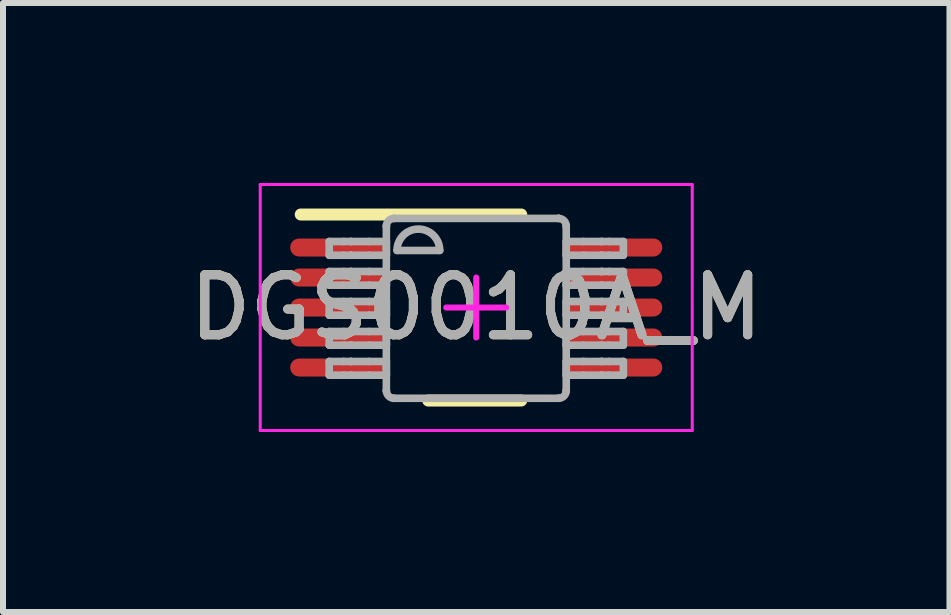
<source format=kicad_pcb>
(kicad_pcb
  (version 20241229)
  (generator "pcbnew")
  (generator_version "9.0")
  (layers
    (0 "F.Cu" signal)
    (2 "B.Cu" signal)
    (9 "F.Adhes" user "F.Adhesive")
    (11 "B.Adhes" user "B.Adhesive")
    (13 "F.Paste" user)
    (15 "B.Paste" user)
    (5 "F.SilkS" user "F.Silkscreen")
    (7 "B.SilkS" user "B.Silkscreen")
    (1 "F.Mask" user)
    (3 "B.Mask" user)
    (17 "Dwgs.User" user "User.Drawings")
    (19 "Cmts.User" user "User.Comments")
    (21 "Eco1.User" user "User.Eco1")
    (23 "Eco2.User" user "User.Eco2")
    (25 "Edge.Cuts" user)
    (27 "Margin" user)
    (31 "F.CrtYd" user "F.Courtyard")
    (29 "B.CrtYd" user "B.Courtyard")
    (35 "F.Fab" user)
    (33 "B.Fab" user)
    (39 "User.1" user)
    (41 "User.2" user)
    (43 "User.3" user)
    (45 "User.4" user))
  (footprint "DGS0010A_M"
    (layer "F.Cu")
    (at 4.887 2.075)
    (property "Reference" "DGS0010A_M" (at 0 0 0) (unlocked yes) (layer "F.SilkS") (effects (font (size 1 1) (thickness 0.15))))
    (attr smd)
    (fp_line (start -2.925 -1.55) (end 0.75 -1.55) (stroke (width 0.2) (type solid)) (layer "F.SilkS"))
    (fp_line (start -0.8 1.55) (end 0.75 1.55) (stroke (width 0.2) (type solid)) (layer "F.SilkS"))
    (fp_line (start -3.6 -2.05) (end 3.6 -2.05) (stroke (width 0.05) (type solid)) (layer "F.CrtYd"))
    (fp_line (start -3.6 2.05) (end -3.6 -2.05) (stroke (width 0.05) (type solid)) (layer "F.CrtYd"))
    (fp_line (start -3.6 2.05) (end 3.6 2.05) (stroke (width 0.05) (type solid)) (layer "F.CrtYd"))
    (fp_line (start -0.5 0.000003) (end 0.5 0.000003) (stroke (width 0.1) (type solid)) (layer "F.CrtYd"))
    (fp_line (start 0 0.5) (end 0 -0.5) (stroke (width 0.1) (type solid)) (layer "F.CrtYd"))
    (fp_line (start 3.6 2.05) (end 3.6 -2.05) (stroke (width 0.05) (type solid)) (layer "F.CrtYd"))
    (fp_line (start -2.45 -1.1) (end -2.21 -1.1) (stroke (width 0.127) (type solid)) (layer "F.Fab"))
    (fp_line (start -2.45 -0.871) (end -2.45 -1.1) (stroke (width 0.127) (type solid)) (layer "F.Fab"))
    (fp_line (start -2.45 -0.871) (end -2.21 -0.871) (stroke (width 0.127) (type solid)) (layer "F.Fab"))
    (fp_line (start -2.45 -0.6) (end -2.21 -0.6) (stroke (width 0.127) (type solid)) (layer "F.Fab"))
    (fp_line (start -2.45 -0.372) (end -2.45 -0.6) (stroke (width 0.127) (type solid)) (layer "F.Fab"))
    (fp_line (start -2.45 -0.372) (end -2.21 -0.372) (stroke (width 0.127) (type solid)) (layer "F.Fab"))
    (fp_line (start -2.45 -0.1) (end -2.21 -0.1) (stroke (width 0.127) (type solid)) (layer "F.Fab"))
    (fp_line (start -2.45 0.128) (end -2.45 -0.1) (stroke (width 0.127) (type solid)) (layer "F.Fab"))
    (fp_line (start -2.45 0.128) (end -2.21 0.128) (stroke (width 0.127) (type solid)) (layer "F.Fab"))
    (fp_line (start -2.45 0.4) (end -2.21 0.4) (stroke (width 0.127) (type solid)) (layer "F.Fab"))
    (fp_line (start -2.45 0.628) (end -2.45 0.4) (stroke (width 0.127) (type solid)) (layer "F.Fab"))
    (fp_line (start -2.45 0.628) (end -2.21 0.628) (stroke (width 0.127) (type solid)) (layer "F.Fab"))
    (fp_line (start -2.45 0.899) (end -2.21 0.899) (stroke (width 0.127) (type solid)) (layer "F.Fab"))
    (fp_line (start -2.45 1.128) (end -2.45 0.899) (stroke (width 0.127) (type solid)) (layer "F.Fab"))
    (fp_line (start -2.45 1.128) (end -2.21 1.128) (stroke (width 0.127) (type solid)) (layer "F.Fab"))
    (fp_line (start -2.21 -1.1) (end -2.09 -1.1) (stroke (width 0.127) (type solid)) (layer "F.Fab"))
    (fp_line (start -2.21 -0.871) (end -2.09 -0.871) (stroke (width 0.127) (type solid)) (layer "F.Fab"))
    (fp_line (start -2.21 -0.6) (end -2.09 -0.6) (stroke (width 0.127) (type solid)) (layer "F.Fab"))
    (fp_line (start -2.21 -0.372) (end -2.09 -0.372) (stroke (width 0.127) (type solid)) (layer "F.Fab"))
    (fp_line (start -2.21 -0.1) (end -2.09 -0.1) (stroke (width 0.127) (type solid)) (layer "F.Fab"))
    (fp_line (start -2.21 0.128) (end -2.09 0.128) (stroke (width 0.127) (type solid)) (layer "F.Fab"))
    (fp_line (start -2.21 0.4) (end -2.09 0.4) (stroke (width 0.127) (type solid)) (layer "F.Fab"))
    (fp_line (start -2.21 0.628) (end -2.09 0.628) (stroke (width 0.127) (type solid)) (layer "F.Fab"))
    (fp_line (start -2.21 0.899) (end -2.09 0.899) (stroke (width 0.127) (type solid)) (layer "F.Fab"))
    (fp_line (start -2.21 1.128) (end -2.09 1.128) (stroke (width 0.127) (type solid)) (layer "F.Fab"))
    (fp_line (start -2.09 -1.1) (end -2.087 -1.1) (stroke (width 0.127) (type solid)) (layer "F.Fab"))
    (fp_line (start -2.09 -0.871) (end -2.087 -0.871) (stroke (width 0.127) (type solid)) (layer "F.Fab"))
    (fp_line (start -2.09 -0.6) (end -2.087 -0.6) (stroke (width 0.127) (type solid)) (layer "F.Fab"))
    (fp_line (start -2.09 -0.372) (end -2.087 -0.372) (stroke (width 0.127) (type solid)) (layer "F.Fab"))
    (fp_line (start -2.09 -0.1) (end -2.087 -0.1) (stroke (width 0.127) (type solid)) (layer "F.Fab"))
    (fp_line (start -2.09 0.128) (end -2.087 0.128) (stroke (width 0.127) (type solid)) (layer "F.Fab"))
    (fp_line (start -2.09 0.4) (end -2.087 0.4) (stroke (width 0.127) (type solid)) (layer "F.Fab"))
    (fp_line (start -2.09 0.628) (end -2.087 0.628) (stroke (width 0.127) (type solid)) (layer "F.Fab"))
    (fp_line (start -2.09 0.899) (end -2.087 0.899) (stroke (width 0.127) (type solid)) (layer "F.Fab"))
    (fp_line (start -2.09 1.128) (end -2.087 1.128) (stroke (width 0.127) (type solid)) (layer "F.Fab"))
    (fp_line (start -2.087 -1.1) (end -1.784 -1.1) (stroke (width 0.127) (type solid)) (layer "F.Fab"))
    (fp_line (start -2.087 -0.871) (end -1.784 -0.871) (stroke (width 0.127) (type solid)) (layer "F.Fab"))
    (fp_line (start -2.087 -0.6) (end -1.784 -0.6) (stroke (width 0.127) (type solid)) (layer "F.Fab"))
    (fp_line (start -2.087 -0.372) (end -1.784 -0.372) (stroke (width 0.127) (type solid)) (layer "F.Fab"))
    (fp_line (start -2.087 -0.1) (end -1.784 -0.1) (stroke (width 0.127) (type solid)) (layer "F.Fab"))
    (fp_line (start -2.087 0.128) (end -1.784 0.128) (stroke (width 0.127) (type solid)) (layer "F.Fab"))
    (fp_line (start -2.087 0.4) (end -1.784 0.4) (stroke (width 0.127) (type solid)) (layer "F.Fab"))
    (fp_line (start -2.087 0.628) (end -1.784 0.628) (stroke (width 0.127) (type solid)) (layer "F.Fab"))
    (fp_line (start -2.087 0.899) (end -1.784 0.899) (stroke (width 0.127) (type solid)) (layer "F.Fab"))
    (fp_line (start -2.087 1.128) (end -1.784 1.128) (stroke (width 0.127) (type solid)) (layer "F.Fab"))
    (fp_line (start -1.784 -1.1) (end -1.498 -1.1) (stroke (width 0.127) (type solid)) (layer "F.Fab"))
    (fp_line (start -1.784 -0.871) (end -1.498 -0.871) (stroke (width 0.127) (type solid)) (layer "F.Fab"))
    (fp_line (start -1.784 -0.6) (end -1.498 -0.6) (stroke (width 0.127) (type solid)) (layer "F.Fab"))
    (fp_line (start -1.784 -0.372) (end -1.498 -0.372) (stroke (width 0.127) (type solid)) (layer "F.Fab"))
    (fp_line (start -1.784 -0.1) (end -1.498 -0.1) (stroke (width 0.127) (type solid)) (layer "F.Fab"))
    (fp_line (start -1.784 0.128) (end -1.498 0.128) (stroke (width 0.127) (type solid)) (layer "F.Fab"))
    (fp_line (start -1.784 0.4) (end -1.498 0.4) (stroke (width 0.127) (type solid)) (layer "F.Fab"))
    (fp_line (start -1.784 0.628) (end -1.498 0.628) (stroke (width 0.127) (type solid)) (layer "F.Fab"))
    (fp_line (start -1.784 0.899) (end -1.498 0.899) (stroke (width 0.127) (type solid)) (layer "F.Fab"))
    (fp_line (start -1.784 1.128) (end -1.498 1.128) (stroke (width 0.127) (type solid)) (layer "F.Fab"))
    (fp_line (start -1.498 -1.358) (end -1.497 -1.36) (stroke (width 0.127) (type solid)) (layer "F.Fab"))
    (fp_line (start -1.498 -0.871) (end -1.498 -1.1) (stroke (width 0.127) (type solid)) (layer "F.Fab"))
    (fp_line (start -1.498 -0.372) (end -1.498 -0.6) (stroke (width 0.127) (type solid)) (layer "F.Fab"))
    (fp_line (start -1.498 0.128) (end -1.498 -0.1) (stroke (width 0.127) (type solid)) (layer "F.Fab"))
    (fp_line (start -1.498 0.628) (end -1.498 0.4) (stroke (width 0.127) (type solid)) (layer "F.Fab"))
    (fp_line (start -1.498 1.128) (end -1.498 0.899) (stroke (width 0.127) (type solid)) (layer "F.Fab"))
    (fp_line (start -1.498 1.386) (end -1.498 -1.358) (stroke (width 0.127) (type solid)) (layer "F.Fab"))
    (fp_line (start -1.498 1.386) (end -1.497 1.388) (stroke (width 0.127) (type solid)) (layer "F.Fab"))
    (fp_line (start -1.373 -1.485) (end -1.371 -1.485) (stroke (width 0.127) (type solid)) (layer "F.Fab"))
    (fp_line (start -1.373 1.513) (end -1.371 1.513) (stroke (width 0.127) (type solid)) (layer "F.Fab"))
    (fp_line (start -1.371 -1.485) (end 1.373 -1.485) (stroke (width 0.127) (type solid)) (layer "F.Fab"))
    (fp_line (start -1.371 1.513) (end 1.373 1.513) (stroke (width 0.127) (type solid)) (layer "F.Fab"))
    (fp_line (start -1.32 -0.951) (end -0.609 -0.951) (stroke (width 0.127) (type solid)) (layer "F.Fab"))
    (fp_line (start 1.373 -1.485) (end 1.375 -1.485) (stroke (width 0.127) (type solid)) (layer "F.Fab"))
    (fp_line (start 1.373 1.513) (end 1.375 1.513) (stroke (width 0.127) (type solid)) (layer "F.Fab"))
    (fp_line (start 1.5 -1.36) (end 1.5 -1.358) (stroke (width 0.127) (type solid)) (layer "F.Fab"))
    (fp_line (start 1.5 1.388) (end 1.5 1.386) (stroke (width 0.127) (type solid)) (layer "F.Fab"))
    (fp_line (start 1.5 -1.1) (end 1.786 -1.1) (stroke (width 0.127) (type solid)) (layer "F.Fab"))
    (fp_line (start 1.5 -0.871) (end 1.5 -1.1) (stroke (width 0.127) (type solid)) (layer "F.Fab"))
    (fp_line (start 1.5 -0.871) (end 1.786 -0.871) (stroke (width 0.127) (type solid)) (layer "F.Fab"))
    (fp_line (start 1.5 -0.6) (end 1.786 -0.6) (stroke (width 0.127) (type solid)) (layer "F.Fab"))
    (fp_line (start 1.5 -0.372) (end 1.5 -0.6) (stroke (width 0.127) (type solid)) (layer "F.Fab"))
    (fp_line (start 1.5 -0.372) (end 1.786 -0.372) (stroke (width 0.127) (type solid)) (layer "F.Fab"))
    (fp_line (start 1.5 -0.1) (end 1.786 -0.1) (stroke (width 0.127) (type solid)) (layer "F.Fab"))
    (fp_line (start 1.5 0.128) (end 1.5 -0.1) (stroke (width 0.127) (type solid)) (layer "F.Fab"))
    (fp_line (start 1.5 0.128) (end 1.786 0.128) (stroke (width 0.127) (type solid)) (layer "F.Fab"))
    (fp_line (start 1.5 0.4) (end 1.786 0.4) (stroke (width 0.127) (type solid)) (layer "F.Fab"))
    (fp_line (start 1.5 0.628) (end 1.5 0.4) (stroke (width 0.127) (type solid)) (layer "F.Fab"))
    (fp_line (start 1.5 0.628) (end 1.786 0.628) (stroke (width 0.127) (type solid)) (layer "F.Fab"))
    (fp_line (start 1.5 0.899) (end 1.786 0.899) (stroke (width 0.127) (type solid)) (layer "F.Fab"))
    (fp_line (start 1.5 1.128) (end 1.5 0.899) (stroke (width 0.127) (type solid)) (layer "F.Fab"))
    (fp_line (start 1.5 1.128) (end 1.786 1.128) (stroke (width 0.127) (type solid)) (layer "F.Fab"))
    (fp_line (start 1.5 1.386) (end 1.5 -1.358) (stroke (width 0.127) (type solid)) (layer "F.Fab"))
    (fp_line (start 1.786 -1.1) (end 2.089 -1.1) (stroke (width 0.127) (type solid)) (layer "F.Fab"))
    (fp_line (start 1.786 -0.871) (end 2.089 -0.871) (stroke (width 0.127) (type solid)) (layer "F.Fab"))
    (fp_line (start 1.786 -0.6) (end 2.089 -0.6) (stroke (width 0.127) (type solid)) (layer "F.Fab"))
    (fp_line (start 1.786 -0.372) (end 2.089 -0.372) (stroke (width 0.127) (type solid)) (layer "F.Fab"))
    (fp_line (start 1.786 -0.1) (end 2.089 -0.1) (stroke (width 0.127) (type solid)) (layer "F.Fab"))
    (fp_line (start 1.786 0.128) (end 2.089 0.128) (stroke (width 0.127) (type solid)) (layer "F.Fab"))
    (fp_line (start 1.786 0.4) (end 2.089 0.4) (stroke (width 0.127) (type solid)) (layer "F.Fab"))
    (fp_line (start 1.786 0.628) (end 2.089 0.628) (stroke (width 0.127) (type solid)) (layer "F.Fab"))
    (fp_line (start 1.786 0.899) (end 2.089 0.899) (stroke (width 0.127) (type solid)) (layer "F.Fab"))
    (fp_line (start 1.786 1.128) (end 2.089 1.128) (stroke (width 0.127) (type solid)) (layer "F.Fab"))
    (fp_line (start 2.089 -1.1) (end 2.093 -1.1) (stroke (width 0.127) (type solid)) (layer "F.Fab"))
    (fp_line (start 2.089 -0.871) (end 2.093 -0.871) (stroke (width 0.127) (type solid)) (layer "F.Fab"))
    (fp_line (start 2.089 -0.6) (end 2.093 -0.6) (stroke (width 0.127) (type solid)) (layer "F.Fab"))
    (fp_line (start 2.089 -0.372) (end 2.093 -0.372) (stroke (width 0.127) (type solid)) (layer "F.Fab"))
    (fp_line (start 2.089 -0.1) (end 2.093 -0.1) (stroke (width 0.127) (type solid)) (layer "F.Fab"))
    (fp_line (start 2.089 0.128) (end 2.093 0.128) (stroke (width 0.127) (type solid)) (layer "F.Fab"))
    (fp_line (start 2.089 0.4) (end 2.093 0.4) (stroke (width 0.127) (type solid)) (layer "F.Fab"))
    (fp_line (start 2.089 0.628) (end 2.093 0.628) (stroke (width 0.127) (type solid)) (layer "F.Fab"))
    (fp_line (start 2.089 0.899) (end 2.093 0.899) (stroke (width 0.127) (type solid)) (layer "F.Fab"))
    (fp_line (start 2.089 1.128) (end 2.093 1.128) (stroke (width 0.127) (type solid)) (layer "F.Fab"))
    (fp_line (start 2.093 -1.1) (end 2.213 -1.1) (stroke (width 0.127) (type solid)) (layer "F.Fab"))
    (fp_line (start 2.093 -0.871) (end 2.213 -0.871) (stroke (width 0.127) (type solid)) (layer "F.Fab"))
    (fp_line (start 2.093 -0.6) (end 2.213 -0.6) (stroke (width 0.127) (type solid)) (layer "F.Fab"))
    (fp_line (start 2.093 -0.372) (end 2.213 -0.372) (stroke (width 0.127) (type solid)) (layer "F.Fab"))
    (fp_line (start 2.093 -0.1) (end 2.213 -0.1) (stroke (width 0.127) (type solid)) (layer "F.Fab"))
    (fp_line (start 2.093 0.128) (end 2.213 0.128) (stroke (width 0.127) (type solid)) (layer "F.Fab"))
    (fp_line (start 2.093 0.4) (end 2.213 0.4) (stroke (width 0.127) (type solid)) (layer "F.Fab"))
    (fp_line (start 2.093 0.628) (end 2.213 0.628) (stroke (width 0.127) (type solid)) (layer "F.Fab"))
    (fp_line (start 2.093 0.899) (end 2.213 0.899) (stroke (width 0.127) (type solid)) (layer "F.Fab"))
    (fp_line (start 2.093 1.128) (end 2.213 1.128) (stroke (width 0.127) (type solid)) (layer "F.Fab"))
    (fp_line (start 2.213 -1.1) (end 2.452 -1.1) (stroke (width 0.127) (type solid)) (layer "F.Fab"))
    (fp_line (start 2.213 -0.871) (end 2.452 -0.871) (stroke (width 0.127) (type solid)) (layer "F.Fab"))
    (fp_line (start 2.213 -0.6) (end 2.452 -0.6) (stroke (width 0.127) (type solid)) (layer "F.Fab"))
    (fp_line (start 2.213 -0.372) (end 2.452 -0.372) (stroke (width 0.127) (type solid)) (layer "F.Fab"))
    (fp_line (start 2.213 -0.1) (end 2.452 -0.1) (stroke (width 0.127) (type solid)) (layer "F.Fab"))
    (fp_line (start 2.213 0.128) (end 2.452 0.128) (stroke (width 0.127) (type solid)) (layer "F.Fab"))
    (fp_line (start 2.213 0.4) (end 2.452 0.4) (stroke (width 0.127) (type solid)) (layer "F.Fab"))
    (fp_line (start 2.213 0.628) (end 2.452 0.628) (stroke (width 0.127) (type solid)) (layer "F.Fab"))
    (fp_line (start 2.213 0.899) (end 2.452 0.899) (stroke (width 0.127) (type solid)) (layer "F.Fab"))
    (fp_line (start 2.213 1.128) (end 2.452 1.128) (stroke (width 0.127) (type solid)) (layer "F.Fab"))
    (fp_line (start 2.452 -0.871) (end 2.452 -1.1) (stroke (width 0.127) (type solid)) (layer "F.Fab"))
    (fp_line (start 2.452 -0.372) (end 2.452 -0.6) (stroke (width 0.127) (type solid)) (layer "F.Fab"))
    (fp_line (start 2.452 0.128) (end 2.452 -0.1) (stroke (width 0.127) (type solid)) (layer "F.Fab"))
    (fp_line (start 2.452 0.628) (end 2.452 0.4) (stroke (width 0.127) (type solid)) (layer "F.Fab"))
    (fp_line (start 2.452 1.128) (end 2.452 0.899) (stroke (width 0.127) (type solid)) (layer "F.Fab"))
    (fp_arc (start -1.49745 -1.360299) (mid -1.460293 -1.447356) (end -1.373243 -1.484531) (stroke (width 0.127) (type solid)) (layer "F.Fab"))
    (fp_arc (start -1.373243 1.512619) (mid -1.460293 1.475444) (end -1.49745 1.388386) (stroke (width 0.127) (type solid)) (layer "F.Fab"))
    (fp_arc (start -1.3197 -0.951156) (mid -0.9641 -1.306756) (end -0.6085 -0.951156) (stroke (width 0.127) (type solid)) (layer "F.Fab"))
    (fp_arc (start 1.375443 -1.484532) (mid 1.462505 -1.447362) (end 1.499675 -1.360299) (stroke (width 0.127) (type solid)) (layer "F.Fab"))
    (fp_arc (start 1.499675 1.388387) (mid 1.462505 1.475449) (end 1.375443 1.512619) (stroke (width 0.127) (type solid)) (layer "F.Fab"))
    (fp_text user "${REFERENCE}" (at 0 0 0) (unlocked yes) (layer "F.Fab") (effects (font (size 1 1) (thickness 0.15))))
    (pad "1" smd oval (at -2.325 -1 90) (size 0.3 1.55) (layers "F.Cu" "F.Mask" "F.Paste"))
    (pad "2" smd oval (at -2.325 -0.5 90) (size 0.3 1.55) (layers "F.Cu" "F.Mask" "F.Paste"))
    (pad "3" smd oval (at -2.325 0 90) (size 0.3 1.55) (layers "F.Cu" "F.Mask" "F.Paste"))
    (pad "4" smd oval (at -2.325 0.5 90) (size 0.3 1.55) (layers "F.Cu" "F.Mask" "F.Paste"))
    (pad "5" smd oval (at -2.325 1 90) (size 0.3 1.55) (layers "F.Cu" "F.Mask" "F.Paste"))
    (pad "6" smd oval (at 2.325 1 90) (size 0.3 1.55) (layers "F.Cu" "F.Mask" "F.Paste"))
    (pad "7" smd oval (at 2.325 0.5 90) (size 0.3 1.55) (layers "F.Cu" "F.Mask" "F.Paste"))
    (pad "8" smd oval (at 2.325 0 90) (size 0.3 1.55) (layers "F.Cu" "F.Mask" "F.Paste"))
    (pad "9" smd oval (at 2.325 -0.5 90) (size 0.3 1.55) (layers "F.Cu" "F.Mask" "F.Paste"))
    (pad "10" smd oval (at 2.325 -1 90) (size 0.3 1.55) (layers "F.Cu" "F.Mask" "F.Paste")))
  (gr_rect
    (start -3 -3)
    (end 12.774 7.15)
    (stroke (width 0.1) (type default))
    (fill no)
    (layer "Edge.Cuts")))
</source>
